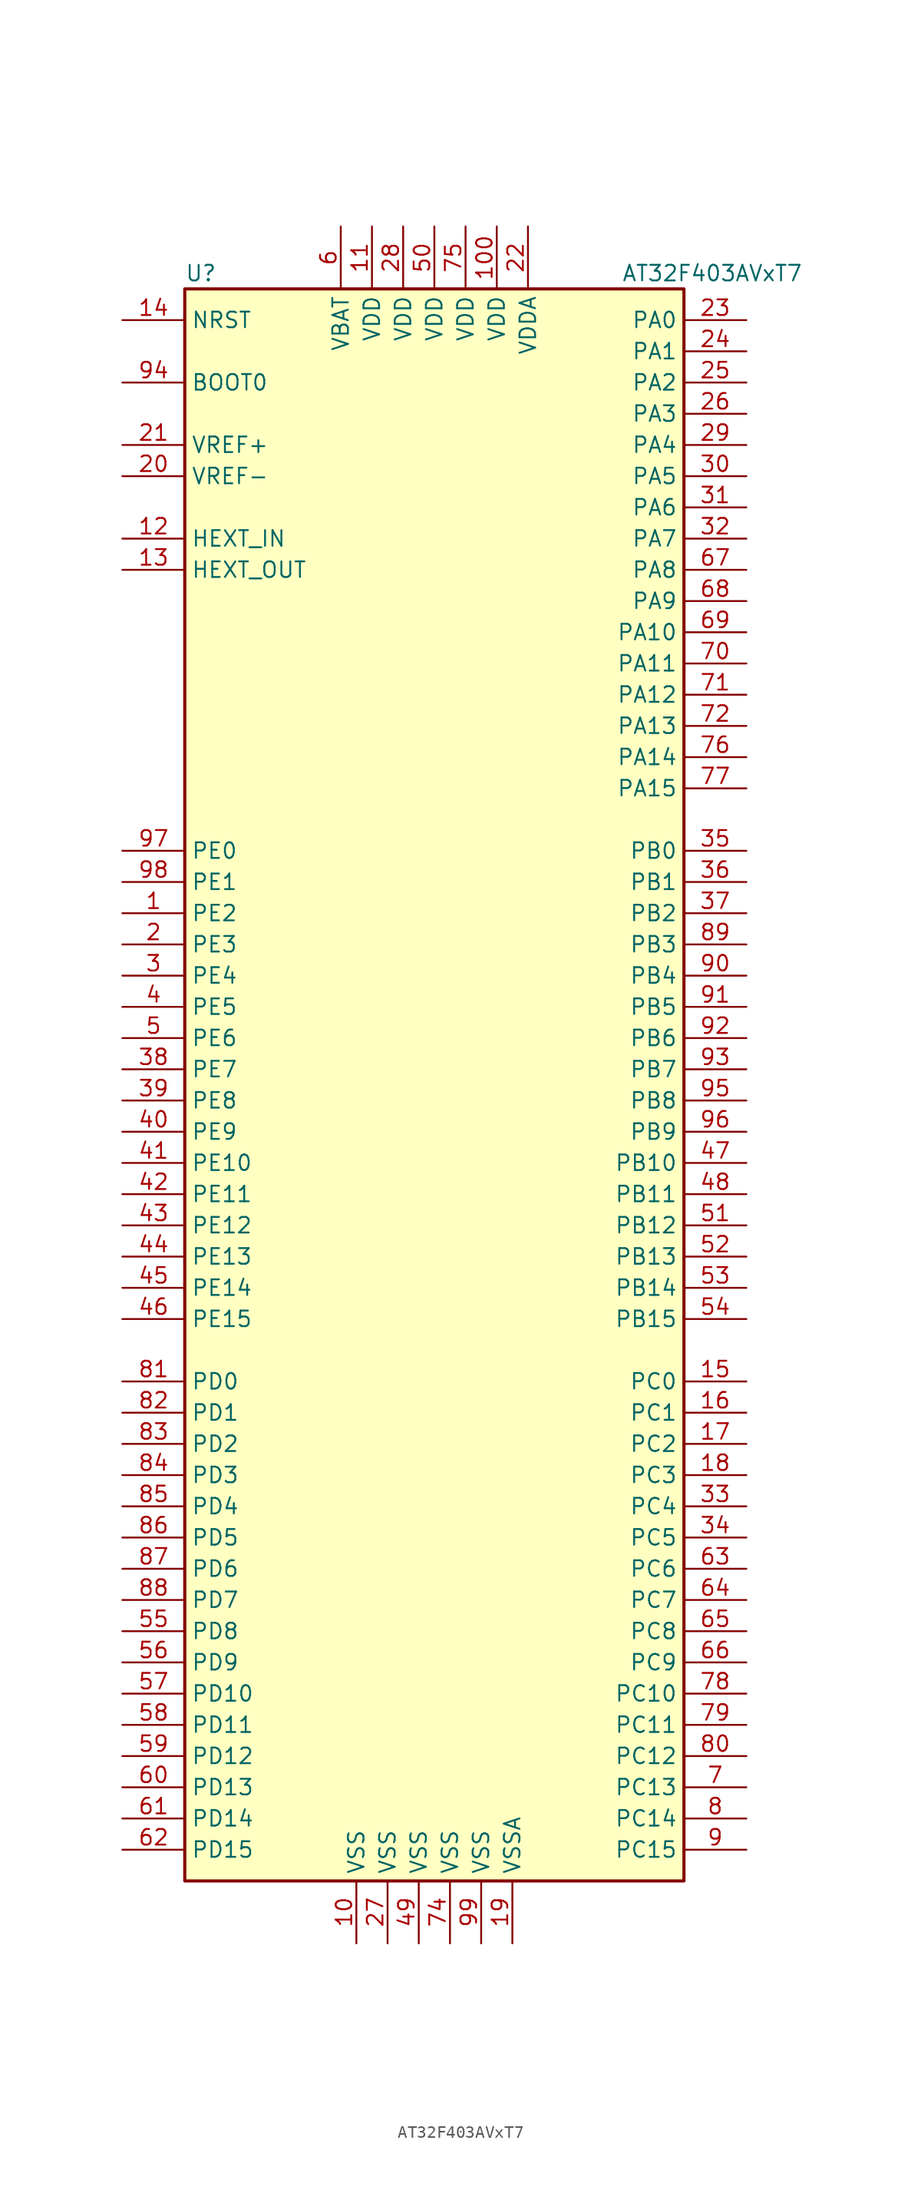
<source format=kicad_sym>
(kicad_symbol_lib
  (version 20220331)
  (generator kicad_symbol_editor)
  (symbol "AT32F403AVxT7"
    (property "Reference" "U"
      (at -20.32 64.77 0)
      (effects (font (size 1.27 1.27)) (justify left)))
    (property "Value" "AT32F403AVxT7"
      (at 15.24 64.77 0)
      (effects (font (size 1.27 1.27)) (justify left)))
    (symbol "AT32F403AVxT7_0_1"
      (rectangle (start -20.32 63.5) (end 20.32 -66.04) (stroke (width 0.254) (type default)) (fill (type background))))
    (symbol "AT32F403AVxT7_1_1"
      (pin bidirectional line (at -25.4 12.7 0) (length 5.08) (name "PE2" (effects (font (size 1.27 1.27)))) (number "1" (effects (font (size 1.27 1.27)))))
      (pin power_in line (at -6.35 -71.12 90) (length 5.08) (name "VSS" (effects (font (size 1.27 1.27)))) (number "10" (effects (font (size 1.27 1.27)))))
      (pin power_in line (at 5.08 68.58 270) (length 5.08) (name "VDD" (effects (font (size 1.27 1.27)))) (number "100" (effects (font (size 1.27 1.27)))))
      (pin power_in line (at -5.08 68.58 270) (length 5.08) (name "VDD" (effects (font (size 1.27 1.27)))) (number "11" (effects (font (size 1.27 1.27)))))
      (pin input line (at -25.4 43.18 0) (length 5.08) (name "HEXT_IN" (effects (font (size 1.27 1.27)))) (number "12" (effects (font (size 1.27 1.27)))))
      (pin input line (at -25.4 40.64 0) (length 5.08) (name "HEXT_OUT" (effects (font (size 1.27 1.27)))) (number "13" (effects (font (size 1.27 1.27)))))
      (pin input line (at -25.4 60.96 0) (length 5.08) (name "NRST" (effects (font (size 1.27 1.27)))) (number "14" (effects (font (size 1.27 1.27)))))
      (pin bidirectional line (at 25.4 -25.4 180) (length 5.08) (name "PC0" (effects (font (size 1.27 1.27)))) (number "15" (effects (font (size 1.27 1.27)))))
      (pin bidirectional line (at 25.4 -27.94 180) (length 5.08) (name "PC1" (effects (font (size 1.27 1.27)))) (number "16" (effects (font (size 1.27 1.27)))))
      (pin bidirectional line (at 25.4 -30.48 180) (length 5.08) (name "PC2" (effects (font (size 1.27 1.27)))) (number "17" (effects (font (size 1.27 1.27)))))
      (pin bidirectional line (at 25.4 -33.02 180) (length 5.08) (name "PC3" (effects (font (size 1.27 1.27)))) (number "18" (effects (font (size 1.27 1.27)))))
      (pin power_in line (at 6.35 -71.12 90) (length 5.08) (name "VSSA" (effects (font (size 1.27 1.27)))) (number "19" (effects (font (size 1.27 1.27)))))
      (pin bidirectional line (at -25.4 10.16 0) (length 5.08) (name "PE3" (effects (font (size 1.27 1.27)))) (number "2" (effects (font (size 1.27 1.27)))))
      (pin power_in line (at -25.4 48.26 0) (length 5.08) (name "VREF-" (effects (font (size 1.27 1.27)))) (number "20" (effects (font (size 1.27 1.27)))))
      (pin power_in line (at -25.4 50.8 0) (length 5.08) (name "VREF+" (effects (font (size 1.27 1.27)))) (number "21" (effects (font (size 1.27 1.27)))))
      (pin power_in line (at 7.62 68.58 270) (length 5.08) (name "VDDA" (effects (font (size 1.27 1.27)))) (number "22" (effects (font (size 1.27 1.27)))))
      (pin bidirectional line (at 25.4 60.96 180) (length 5.08) (name "PA0" (effects (font (size 1.27 1.27)))) (number "23" (effects (font (size 1.27 1.27)))))
      (pin bidirectional line (at 25.4 58.42 180) (length 5.08) (name "PA1" (effects (font (size 1.27 1.27)))) (number "24" (effects (font (size 1.27 1.27)))))
      (pin bidirectional line (at 25.4 55.88 180) (length 5.08) (name "PA2" (effects (font (size 1.27 1.27)))) (number "25" (effects (font (size 1.27 1.27)))))
      (pin bidirectional line (at 25.4 53.34 180) (length 5.08) (name "PA3" (effects (font (size 1.27 1.27)))) (number "26" (effects (font (size 1.27 1.27)))))
      (pin power_in line (at -3.81 -71.12 90) (length 5.08) (name "VSS" (effects (font (size 1.27 1.27)))) (number "27" (effects (font (size 1.27 1.27)))))
      (pin power_in line (at -2.54 68.58 270) (length 5.08) (name "VDD" (effects (font (size 1.27 1.27)))) (number "28" (effects (font (size 1.27 1.27)))))
      (pin bidirectional line (at 25.4 50.8 180) (length 5.08) (name "PA4" (effects (font (size 1.27 1.27)))) (number "29" (effects (font (size 1.27 1.27)))))
      (pin bidirectional line (at -25.4 7.62 0) (length 5.08) (name "PE4" (effects (font (size 1.27 1.27)))) (number "3" (effects (font (size 1.27 1.27)))))
      (pin bidirectional line (at 25.4 48.26 180) (length 5.08) (name "PA5" (effects (font (size 1.27 1.27)))) (number "30" (effects (font (size 1.27 1.27)))))
      (pin bidirectional line (at 25.4 45.72 180) (length 5.08) (name "PA6" (effects (font (size 1.27 1.27)))) (number "31" (effects (font (size 1.27 1.27)))))
      (pin bidirectional line (at 25.4 43.18 180) (length 5.08) (name "PA7" (effects (font (size 1.27 1.27)))) (number "32" (effects (font (size 1.27 1.27)))))
      (pin bidirectional line (at 25.4 -35.56 180) (length 5.08) (name "PC4" (effects (font (size 1.27 1.27)))) (number "33" (effects (font (size 1.27 1.27)))))
      (pin bidirectional line (at 25.4 -38.1 180) (length 5.08) (name "PC5" (effects (font (size 1.27 1.27)))) (number "34" (effects (font (size 1.27 1.27)))))
      (pin bidirectional line (at 25.4 17.78 180) (length 5.08) (name "PB0" (effects (font (size 1.27 1.27)))) (number "35" (effects (font (size 1.27 1.27)))))
      (pin bidirectional line (at 25.4 15.24 180) (length 5.08) (name "PB1" (effects (font (size 1.27 1.27)))) (number "36" (effects (font (size 1.27 1.27)))))
      (pin bidirectional line (at 25.4 12.7 180) (length 5.08) (name "PB2" (effects (font (size 1.27 1.27)))) (number "37" (effects (font (size 1.27 1.27)))))
      (pin bidirectional line (at -25.4 0 0) (length 5.08) (name "PE7" (effects (font (size 1.27 1.27)))) (number "38" (effects (font (size 1.27 1.27)))))
      (pin bidirectional line (at -25.4 -2.54 0) (length 5.08) (name "PE8" (effects (font (size 1.27 1.27)))) (number "39" (effects (font (size 1.27 1.27)))))
      (pin bidirectional line (at -25.4 5.08 0) (length 5.08) (name "PE5" (effects (font (size 1.27 1.27)))) (number "4" (effects (font (size 1.27 1.27)))))
      (pin bidirectional line (at -25.4 -5.08 0) (length 5.08) (name "PE9" (effects (font (size 1.27 1.27)))) (number "40" (effects (font (size 1.27 1.27)))))
      (pin bidirectional line (at -25.4 -7.62 0) (length 5.08) (name "PE10" (effects (font (size 1.27 1.27)))) (number "41" (effects (font (size 1.27 1.27)))))
      (pin bidirectional line (at -25.4 -10.16 0) (length 5.08) (name "PE11" (effects (font (size 1.27 1.27)))) (number "42" (effects (font (size 1.27 1.27)))))
      (pin bidirectional line (at -25.4 -12.7 0) (length 5.08) (name "PE12" (effects (font (size 1.27 1.27)))) (number "43" (effects (font (size 1.27 1.27)))))
      (pin bidirectional line (at -25.4 -15.24 0) (length 5.08) (name "PE13" (effects (font (size 1.27 1.27)))) (number "44" (effects (font (size 1.27 1.27)))))
      (pin bidirectional line (at -25.4 -17.78 0) (length 5.08) (name "PE14" (effects (font (size 1.27 1.27)))) (number "45" (effects (font (size 1.27 1.27)))))
      (pin bidirectional line (at -25.4 -20.32 0) (length 5.08) (name "PE15" (effects (font (size 1.27 1.27)))) (number "46" (effects (font (size 1.27 1.27)))))
      (pin bidirectional line (at 25.4 -7.62 180) (length 5.08) (name "PB10" (effects (font (size 1.27 1.27)))) (number "47" (effects (font (size 1.27 1.27)))))
      (pin bidirectional line (at 25.4 -10.16 180) (length 5.08) (name "PB11" (effects (font (size 1.27 1.27)))) (number "48" (effects (font (size 1.27 1.27)))))
      (pin power_in line (at -1.27 -71.12 90) (length 5.08) (name "VSS" (effects (font (size 1.27 1.27)))) (number "49" (effects (font (size 1.27 1.27)))))
      (pin bidirectional line (at -25.4 2.54 0) (length 5.08) (name "PE6" (effects (font (size 1.27 1.27)))) (number "5" (effects (font (size 1.27 1.27)))))
      (pin power_in line (at 0 68.58 270) (length 5.08) (name "VDD" (effects (font (size 1.27 1.27)))) (number "50" (effects (font (size 1.27 1.27)))))
      (pin bidirectional line (at 25.4 -12.7 180) (length 5.08) (name "PB12" (effects (font (size 1.27 1.27)))) (number "51" (effects (font (size 1.27 1.27)))))
      (pin bidirectional line (at 25.4 -15.24 180) (length 5.08) (name "PB13" (effects (font (size 1.27 1.27)))) (number "52" (effects (font (size 1.27 1.27)))))
      (pin bidirectional line (at 25.4 -17.78 180) (length 5.08) (name "PB14" (effects (font (size 1.27 1.27)))) (number "53" (effects (font (size 1.27 1.27)))))
      (pin bidirectional line (at 25.4 -20.32 180) (length 5.08) (name "PB15" (effects (font (size 1.27 1.27)))) (number "54" (effects (font (size 1.27 1.27)))))
      (pin bidirectional line (at -25.4 -45.72 0) (length 5.08) (name "PD8" (effects (font (size 1.27 1.27)))) (number "55" (effects (font (size 1.27 1.27)))))
      (pin bidirectional line (at -25.4 -48.26 0) (length 5.08) (name "PD9" (effects (font (size 1.27 1.27)))) (number "56" (effects (font (size 1.27 1.27)))))
      (pin bidirectional line (at -25.4 -50.8 0) (length 5.08) (name "PD10" (effects (font (size 1.27 1.27)))) (number "57" (effects (font (size 1.27 1.27)))))
      (pin bidirectional line (at -25.4 -53.34 0) (length 5.08) (name "PD11" (effects (font (size 1.27 1.27)))) (number "58" (effects (font (size 1.27 1.27)))))
      (pin bidirectional line (at -25.4 -55.88 0) (length 5.08) (name "PD12" (effects (font (size 1.27 1.27)))) (number "59" (effects (font (size 1.27 1.27)))))
      (pin power_in line (at -7.62 68.58 270) (length 5.08) (name "VBAT" (effects (font (size 1.27 1.27)))) (number "6" (effects (font (size 1.27 1.27)))))
      (pin bidirectional line (at -25.4 -58.42 0) (length 5.08) (name "PD13" (effects (font (size 1.27 1.27)))) (number "60" (effects (font (size 1.27 1.27)))))
      (pin bidirectional line (at -25.4 -60.96 0) (length 5.08) (name "PD14" (effects (font (size 1.27 1.27)))) (number "61" (effects (font (size 1.27 1.27)))))
      (pin bidirectional line (at -25.4 -63.5 0) (length 5.08) (name "PD15" (effects (font (size 1.27 1.27)))) (number "62" (effects (font (size 1.27 1.27)))))
      (pin bidirectional line (at 25.4 -40.64 180) (length 5.08) (name "PC6" (effects (font (size 1.27 1.27)))) (number "63" (effects (font (size 1.27 1.27)))))
      (pin bidirectional line (at 25.4 -43.18 180) (length 5.08) (name "PC7" (effects (font (size 1.27 1.27)))) (number "64" (effects (font (size 1.27 1.27)))))
      (pin bidirectional line (at 25.4 -45.72 180) (length 5.08) (name "PC8" (effects (font (size 1.27 1.27)))) (number "65" (effects (font (size 1.27 1.27)))))
      (pin bidirectional line (at 25.4 -48.26 180) (length 5.08) (name "PC9" (effects (font (size 1.27 1.27)))) (number "66" (effects (font (size 1.27 1.27)))))
      (pin bidirectional line (at 25.4 40.64 180) (length 5.08) (name "PA8" (effects (font (size 1.27 1.27)))) (number "67" (effects (font (size 1.27 1.27)))))
      (pin bidirectional line (at 25.4 38.1 180) (length 5.08) (name "PA9" (effects (font (size 1.27 1.27)))) (number "68" (effects (font (size 1.27 1.27)))))
      (pin bidirectional line (at 25.4 35.56 180) (length 5.08) (name "PA10" (effects (font (size 1.27 1.27)))) (number "69" (effects (font (size 1.27 1.27)))))
      (pin bidirectional line (at 25.4 -58.42 180) (length 5.08) (name "PC13" (effects (font (size 1.27 1.27)))) (number "7" (effects (font (size 1.27 1.27)))))
      (pin bidirectional line (at 25.4 33.02 180) (length 5.08) (name "PA11" (effects (font (size 1.27 1.27)))) (number "70" (effects (font (size 1.27 1.27)))))
      (pin bidirectional line (at 25.4 30.48 180) (length 5.08) (name "PA12" (effects (font (size 1.27 1.27)))) (number "71" (effects (font (size 1.27 1.27)))))
      (pin bidirectional line (at 25.4 27.94 180) (length 5.08) (name "PA13" (effects (font (size 1.27 1.27)))) (number "72" (effects (font (size 1.27 1.27)))))
      (pin no_connect line (at -25.4 25.4 0) (length 5.08) hide (name "NC" (effects (font (size 1.27 1.27)))) (number "73" (effects (font (size 1.27 1.27)))))
      (pin power_in line (at 1.27 -71.12 90) (length 5.08) (name "VSS" (effects (font (size 1.27 1.27)))) (number "74" (effects (font (size 1.27 1.27)))))
      (pin power_in line (at 2.54 68.58 270) (length 5.08) (name "VDD" (effects (font (size 1.27 1.27)))) (number "75" (effects (font (size 1.27 1.27)))))
      (pin bidirectional line (at 25.4 25.4 180) (length 5.08) (name "PA14" (effects (font (size 1.27 1.27)))) (number "76" (effects (font (size 1.27 1.27)))))
      (pin bidirectional line (at 25.4 22.86 180) (length 5.08) (name "PA15" (effects (font (size 1.27 1.27)))) (number "77" (effects (font (size 1.27 1.27)))))
      (pin bidirectional line (at 25.4 -50.8 180) (length 5.08) (name "PC10" (effects (font (size 1.27 1.27)))) (number "78" (effects (font (size 1.27 1.27)))))
      (pin bidirectional line (at 25.4 -53.34 180) (length 5.08) (name "PC11" (effects (font (size 1.27 1.27)))) (number "79" (effects (font (size 1.27 1.27)))))
      (pin bidirectional line (at 25.4 -60.96 180) (length 5.08) (name "PC14" (effects (font (size 1.27 1.27)))) (number "8" (effects (font (size 1.27 1.27)))))
      (pin bidirectional line (at 25.4 -55.88 180) (length 5.08) (name "PC12" (effects (font (size 1.27 1.27)))) (number "80" (effects (font (size 1.27 1.27)))))
      (pin bidirectional line (at -25.4 -25.4 0) (length 5.08) (name "PD0" (effects (font (size 1.27 1.27)))) (number "81" (effects (font (size 1.27 1.27)))))
      (pin bidirectional line (at -25.4 -27.94 0) (length 5.08) (name "PD1" (effects (font (size 1.27 1.27)))) (number "82" (effects (font (size 1.27 1.27)))))
      (pin bidirectional line (at -25.4 -30.48 0) (length 5.08) (name "PD2" (effects (font (size 1.27 1.27)))) (number "83" (effects (font (size 1.27 1.27)))))
      (pin bidirectional line (at -25.4 -33.02 0) (length 5.08) (name "PD3" (effects (font (size 1.27 1.27)))) (number "84" (effects (font (size 1.27 1.27)))))
      (pin bidirectional line (at -25.4 -35.56 0) (length 5.08) (name "PD4" (effects (font (size 1.27 1.27)))) (number "85" (effects (font (size 1.27 1.27)))))
      (pin bidirectional line (at -25.4 -38.1 0) (length 5.08) (name "PD5" (effects (font (size 1.27 1.27)))) (number "86" (effects (font (size 1.27 1.27)))))
      (pin bidirectional line (at -25.4 -40.64 0) (length 5.08) (name "PD6" (effects (font (size 1.27 1.27)))) (number "87" (effects (font (size 1.27 1.27)))))
      (pin bidirectional line (at -25.4 -43.18 0) (length 5.08) (name "PD7" (effects (font (size 1.27 1.27)))) (number "88" (effects (font (size 1.27 1.27)))))
      (pin bidirectional line (at 25.4 10.16 180) (length 5.08) (name "PB3" (effects (font (size 1.27 1.27)))) (number "89" (effects (font (size 1.27 1.27)))))
      (pin bidirectional line (at 25.4 -63.5 180) (length 5.08) (name "PC15" (effects (font (size 1.27 1.27)))) (number "9" (effects (font (size 1.27 1.27)))))
      (pin bidirectional line (at 25.4 7.62 180) (length 5.08) (name "PB4" (effects (font (size 1.27 1.27)))) (number "90" (effects (font (size 1.27 1.27)))))
      (pin bidirectional line (at 25.4 5.08 180) (length 5.08) (name "PB5" (effects (font (size 1.27 1.27)))) (number "91" (effects (font (size 1.27 1.27)))))
      (pin bidirectional line (at 25.4 2.54 180) (length 5.08) (name "PB6" (effects (font (size 1.27 1.27)))) (number "92" (effects (font (size 1.27 1.27)))))
      (pin bidirectional line (at 25.4 0 180) (length 5.08) (name "PB7" (effects (font (size 1.27 1.27)))) (number "93" (effects (font (size 1.27 1.27)))))
      (pin input line (at -25.4 55.88 0) (length 5.08) (name "BOOT0" (effects (font (size 1.27 1.27)))) (number "94" (effects (font (size 1.27 1.27)))))
      (pin bidirectional line (at 25.4 -2.54 180) (length 5.08) (name "PB8" (effects (font (size 1.27 1.27)))) (number "95" (effects (font (size 1.27 1.27)))))
      (pin bidirectional line (at 25.4 -5.08 180) (length 5.08) (name "PB9" (effects (font (size 1.27 1.27)))) (number "96" (effects (font (size 1.27 1.27)))))
      (pin bidirectional line (at -25.4 17.78 0) (length 5.08) (name "PE0" (effects (font (size 1.27 1.27)))) (number "97" (effects (font (size 1.27 1.27)))))
      (pin bidirectional line (at -25.4 15.24 0) (length 5.08) (name "PE1" (effects (font (size 1.27 1.27)))) (number "98" (effects (font (size 1.27 1.27)))))
      (pin power_in line (at 3.81 -71.12 90) (length 5.08) (name "VSS" (effects (font (size 1.27 1.27)))) (number "99" (effects (font (size 1.27 1.27))))))))
</source>
